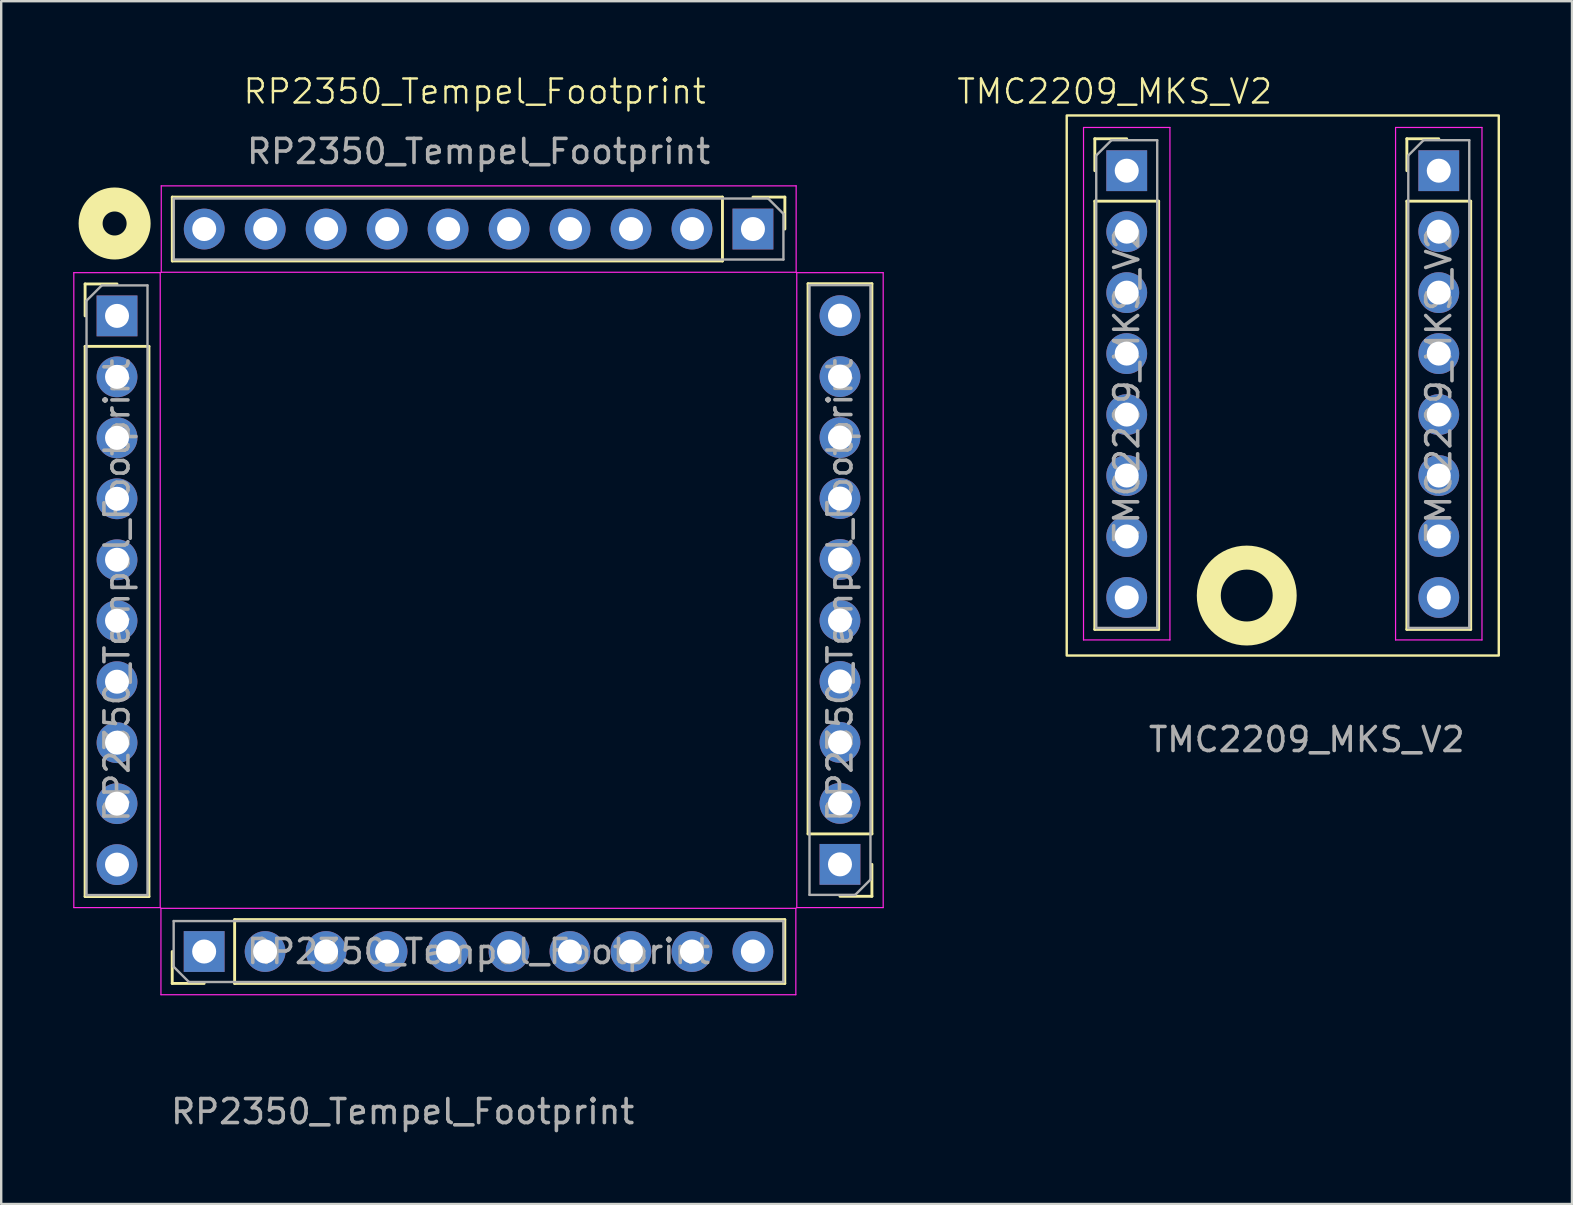
<source format=kicad_pcb>
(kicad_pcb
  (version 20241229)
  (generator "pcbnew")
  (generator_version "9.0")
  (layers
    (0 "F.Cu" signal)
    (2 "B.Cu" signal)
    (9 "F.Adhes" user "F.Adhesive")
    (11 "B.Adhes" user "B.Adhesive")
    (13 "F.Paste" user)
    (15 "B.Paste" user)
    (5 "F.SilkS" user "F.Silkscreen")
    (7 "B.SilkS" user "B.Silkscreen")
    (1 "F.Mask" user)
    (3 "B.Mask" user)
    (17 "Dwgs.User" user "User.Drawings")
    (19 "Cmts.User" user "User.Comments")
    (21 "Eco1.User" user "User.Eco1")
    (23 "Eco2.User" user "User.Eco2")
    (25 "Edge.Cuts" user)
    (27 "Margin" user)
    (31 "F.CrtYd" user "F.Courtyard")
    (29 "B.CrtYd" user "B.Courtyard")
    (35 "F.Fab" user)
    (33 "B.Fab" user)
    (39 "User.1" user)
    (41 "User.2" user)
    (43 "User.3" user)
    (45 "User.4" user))
  (footprint "TMC2209_MKS_V2"
    (layer "F.Cu")
    (at 51.39 25.261)
    (property "Reference" "TMC2209_MKS_V2" (at -8 -24.5 0) (unlocked yes) (layer "F.SilkS") (effects (font (size 1 1) (thickness 0.1))))
    (attr smd)
    (fp_line (start -8.83 -22.53) (end -7.5 -22.53) (stroke (width 0.12) (type solid)) (layer "F.SilkS"))
    (fp_line (start -8.83 -21.2) (end -8.83 -22.53) (stroke (width 0.12) (type solid)) (layer "F.SilkS"))
    (fp_line (start -8.83 -19.93) (end -8.83 -2.09) (stroke (width 0.12) (type solid)) (layer "F.SilkS"))
    (fp_line (start -8.83 -19.93) (end -6.17 -19.93) (stroke (width 0.12) (type solid)) (layer "F.SilkS"))
    (fp_line (start -8.83 -2.09) (end -6.17 -2.09) (stroke (width 0.12) (type solid)) (layer "F.SilkS"))
    (fp_line (start -6.17 -19.93) (end -6.17 -2.09) (stroke (width 0.12) (type solid)) (layer "F.SilkS"))
    (fp_line (start 4.17 -22.53) (end 5.5 -22.53) (stroke (width 0.12) (type solid)) (layer "F.SilkS"))
    (fp_line (start 4.17 -21.2) (end 4.17 -22.53) (stroke (width 0.12) (type solid)) (layer "F.SilkS"))
    (fp_line (start 4.17 -19.93) (end 4.17 -2.09) (stroke (width 0.12) (type solid)) (layer "F.SilkS"))
    (fp_line (start 4.17 -19.93) (end 6.83 -19.93) (stroke (width 0.12) (type solid)) (layer "F.SilkS"))
    (fp_line (start 4.17 -2.09) (end 6.83 -2.09) (stroke (width 0.12) (type solid)) (layer "F.SilkS"))
    (fp_line (start 6.83 -19.93) (end 6.83 -2.09) (stroke (width 0.12) (type solid)) (layer "F.SilkS"))
    (fp_rect (start -10 -23.5) (end 8 -1) (stroke (width 0.1) (type default)) (fill no) (layer "F.SilkS"))
    (fp_circle (center -2.5 -3.5) (end -0.919 -3.5) (stroke (width 1) (type default)) (fill no) (layer "F.SilkS"))
    (fp_line (start -9.3 -23) (end -9.3 -1.65) (stroke (width 0.05) (type solid)) (layer "F.CrtYd"))
    (fp_line (start -9.3 -1.65) (end -5.7 -1.65) (stroke (width 0.05) (type solid)) (layer "F.CrtYd"))
    (fp_line (start -5.7 -23) (end -9.3 -23) (stroke (width 0.05) (type solid)) (layer "F.CrtYd"))
    (fp_line (start -5.7 -1.65) (end -5.7 -23) (stroke (width 0.05) (type solid)) (layer "F.CrtYd"))
    (fp_line (start 3.7 -23) (end 3.7 -1.65) (stroke (width 0.05) (type solid)) (layer "F.CrtYd"))
    (fp_line (start 3.7 -1.65) (end 7.3 -1.65) (stroke (width 0.05) (type solid)) (layer "F.CrtYd"))
    (fp_line (start 7.3 -23) (end 3.7 -23) (stroke (width 0.05) (type solid)) (layer "F.CrtYd"))
    (fp_line (start 7.3 -1.65) (end 7.3 -23) (stroke (width 0.05) (type solid)) (layer "F.CrtYd"))
    (fp_line (start -8.77 -21.835) (end -8.135 -22.47) (stroke (width 0.1) (type solid)) (layer "F.Fab"))
    (fp_line (start -8.77 -2.15) (end -8.77 -21.835) (stroke (width 0.1) (type solid)) (layer "F.Fab"))
    (fp_line (start -8.135 -22.47) (end -6.23 -22.47) (stroke (width 0.1) (type solid)) (layer "F.Fab"))
    (fp_line (start -6.23 -22.47) (end -6.23 -2.15) (stroke (width 0.1) (type solid)) (layer "F.Fab"))
    (fp_line (start -6.23 -2.15) (end -8.77 -2.15) (stroke (width 0.1) (type solid)) (layer "F.Fab"))
    (fp_line (start 4.23 -21.835) (end 4.865 -22.47) (stroke (width 0.1) (type solid)) (layer "F.Fab"))
    (fp_line (start 4.23 -2.15) (end 4.23 -21.835) (stroke (width 0.1) (type solid)) (layer "F.Fab"))
    (fp_line (start 4.865 -22.47) (end 6.77 -22.47) (stroke (width 0.1) (type solid)) (layer "F.Fab"))
    (fp_line (start 6.77 -22.47) (end 6.77 -2.15) (stroke (width 0.1) (type solid)) (layer "F.Fab"))
    (fp_line (start 6.77 -2.15) (end 4.23 -2.15) (stroke (width 0.1) (type solid)) (layer "F.Fab"))
    (fp_text user "${REFERENCE}" (at -7.5 -12.31 90) (layer "F.Fab") (effects (font (size 1 1) (thickness 0.15))))
    (fp_text user "${REFERENCE}" (at 0 2.5 0) (unlocked yes) (layer "F.Fab") (effects (font (size 1 1) (thickness 0.15))))
    (fp_text user "${REFERENCE}" (at 5.5 -12.31 90) (layer "F.Fab") (effects (font (size 1 1) (thickness 0.15))))
    (pad "1" thru_hole rect (at -7.5 -21.2) (size 1.7 1.7) (drill 1) (layers "*.Cu" "*.Mask"))
    (pad "2" thru_hole oval (at -7.5 -18.66) (size 1.7 1.7) (drill 1) (layers "*.Cu" "*.Mask"))
    (pad "3" thru_hole oval (at -7.5 -16.12) (size 1.7 1.7) (drill 1) (layers "*.Cu" "*.Mask"))
    (pad "4" thru_hole oval (at -7.5 -13.58) (size 1.7 1.7) (drill 1) (layers "*.Cu" "*.Mask"))
    (pad "5" thru_hole oval (at -7.5 -11.04) (size 1.7 1.7) (drill 1) (layers "*.Cu" "*.Mask"))
    (pad "6" thru_hole oval (at -7.5 -8.5) (size 1.7 1.7) (drill 1) (layers "*.Cu" "*.Mask"))
    (pad "7" thru_hole oval (at -7.5 -5.96) (size 1.7 1.7) (drill 1) (layers "*.Cu" "*.Mask"))
    (pad "8" thru_hole oval (at -7.5 -3.42) (size 1.7 1.7) (drill 1) (layers "*.Cu" "*.Mask"))
    (pad "9" thru_hole oval (at 5.5 -3.42) (size 1.7 1.7) (drill 1) (layers "*.Cu" "*.Mask"))
    (pad "10" thru_hole oval (at 5.5 -5.96) (size 1.7 1.7) (drill 1) (layers "*.Cu" "*.Mask"))
    (pad "11" thru_hole oval (at 5.5 -8.5) (size 1.7 1.7) (drill 1) (layers "*.Cu" "*.Mask"))
    (pad "12" thru_hole oval (at 5.5 -11.04) (size 1.7 1.7) (drill 1) (layers "*.Cu" "*.Mask"))
    (pad "13" thru_hole oval (at 5.5 -13.58) (size 1.7 1.7) (drill 1) (layers "*.Cu" "*.Mask"))
    (pad "14" thru_hole oval (at 5.5 -16.12) (size 1.7 1.7) (drill 1) (layers "*.Cu" "*.Mask"))
    (pad "15" thru_hole oval (at 5.5 -18.66) (size 1.7 1.7) (drill 1) (layers "*.Cu" "*.Mask"))
    (pad "16" thru_hole rect (at 5.5 -21.2) (size 1.7 1.7) (drill 1) (layers "*.Cu" "*.Mask")))
  (footprint "RP2350_Tempel_Footprint"
    (layer "F.Cu")
    (at 13.725 40.761)
    (property "Reference" "RP2350_Tempel_Footprint" (at 3 -40 0) (unlocked yes) (layer "F.SilkS") (effects (font (size 1 1) (thickness 0.1))))
    (attr smd)
    (fp_line (start -13.23 -31.981) (end -11.9 -31.981) (stroke (width 0.12) (type solid)) (layer "F.SilkS"))
    (fp_line (start -13.23 -30.651) (end -13.23 -31.981) (stroke (width 0.12) (type solid)) (layer "F.SilkS"))
    (fp_line (start -13.23 -29.381) (end -13.23 -6.461) (stroke (width 0.12) (type solid)) (layer "F.SilkS"))
    (fp_line (start -13.23 -29.381) (end -10.57 -29.381) (stroke (width 0.12) (type solid)) (layer "F.SilkS"))
    (fp_line (start -13.23 -6.461) (end -10.57 -6.461) (stroke (width 0.12) (type solid)) (layer "F.SilkS"))
    (fp_line (start -10.57 -29.381) (end -10.57 -6.461) (stroke (width 0.12) (type solid)) (layer "F.SilkS"))
    (fp_line (start -9.6 -2.84) (end -9.6 -4.17) (stroke (width 0.12) (type solid)) (layer "F.SilkS"))
    (fp_line (start -9.597 -35.599) (end -9.597 -32.939) (stroke (width 0.12) (type solid)) (layer "F.SilkS"))
    (fp_line (start -8.27 -2.84) (end -9.6 -2.84) (stroke (width 0.12) (type solid)) (layer "F.SilkS"))
    (fp_line (start -7 -5.5) (end 15.92 -5.5) (stroke (width 0.12) (type solid)) (layer "F.SilkS"))
    (fp_line (start -7 -2.84) (end -7 -5.5) (stroke (width 0.12) (type solid)) (layer "F.SilkS"))
    (fp_line (start -7 -2.84) (end 15.92 -2.84) (stroke (width 0.12) (type solid)) (layer "F.SilkS"))
    (fp_line (start 13.323 -35.599) (end -9.597 -35.599) (stroke (width 0.12) (type solid)) (layer "F.SilkS"))
    (fp_line (start 13.323 -35.599) (end 13.323 -32.939) (stroke (width 0.12) (type solid)) (layer "F.SilkS"))
    (fp_line (start 13.323 -32.939) (end -9.597 -32.939) (stroke (width 0.12) (type solid)) (layer "F.SilkS"))
    (fp_line (start 14.593 -35.599) (end 15.923 -35.599) (stroke (width 0.12) (type solid)) (layer "F.SilkS"))
    (fp_line (start 15.92 -2.84) (end 15.92 -5.5) (stroke (width 0.12) (type solid)) (layer "F.SilkS"))
    (fp_line (start 15.923 -35.599) (end 15.923 -34.269) (stroke (width 0.12) (type solid)) (layer "F.SilkS"))
    (fp_line (start 16.889 -9.071) (end 16.889 -31.991) (stroke (width 0.12) (type solid)) (layer "F.SilkS"))
    (fp_line (start 19.549 -31.991) (end 16.889 -31.991) (stroke (width 0.12) (type solid)) (layer "F.SilkS"))
    (fp_line (start 19.549 -9.071) (end 16.889 -9.071) (stroke (width 0.12) (type solid)) (layer "F.SilkS"))
    (fp_line (start 19.549 -9.071) (end 19.549 -31.991) (stroke (width 0.12) (type solid)) (layer "F.SilkS"))
    (fp_line (start 19.549 -7.801) (end 19.549 -6.471) (stroke (width 0.12) (type solid)) (layer "F.SilkS"))
    (fp_line (start 19.549 -6.471) (end 18.219 -6.471) (stroke (width 0.12) (type solid)) (layer "F.SilkS"))
    (fp_circle (center -12 -34.5) (end -11 -34.5) (stroke (width 1) (type default)) (fill no) (layer "F.SilkS"))
    (fp_line (start -13.7 -32.451) (end -13.7 -6.001) (stroke (width 0.05) (type solid)) (layer "F.CrtYd"))
    (fp_line (start -13.7 -6.001) (end -10.1 -6.001) (stroke (width 0.05) (type solid)) (layer "F.CrtYd"))
    (fp_line (start -10.1 -32.451) (end -13.7 -32.451) (stroke (width 0.05) (type solid)) (layer "F.CrtYd"))
    (fp_line (start -10.1 -6.001) (end -10.1 -32.451) (stroke (width 0.05) (type solid)) (layer "F.CrtYd"))
    (fp_line (start -10.07 -5.97) (end -10.07 -2.37) (stroke (width 0.05) (type solid)) (layer "F.CrtYd"))
    (fp_line (start -10.07 -2.37) (end 16.38 -2.37) (stroke (width 0.05) (type solid)) (layer "F.CrtYd"))
    (fp_line (start -10.057 -36.069) (end -10.057 -32.469) (stroke (width 0.05) (type solid)) (layer "F.CrtYd"))
    (fp_line (start -10.057 -32.469) (end 16.393 -32.469) (stroke (width 0.05) (type solid)) (layer "F.CrtYd"))
    (fp_line (start 16.38 -5.97) (end -10.07 -5.97) (stroke (width 0.05) (type solid)) (layer "F.CrtYd"))
    (fp_line (start 16.38 -2.37) (end 16.38 -5.97) (stroke (width 0.05) (type solid)) (layer "F.CrtYd"))
    (fp_line (start 16.393 -36.069) (end -10.057 -36.069) (stroke (width 0.05) (type solid)) (layer "F.CrtYd"))
    (fp_line (start 16.393 -32.469) (end 16.393 -36.069) (stroke (width 0.05) (type solid)) (layer "F.CrtYd"))
    (fp_line (start 16.419 -32.451) (end 16.419 -6.001) (stroke (width 0.05) (type solid)) (layer "F.CrtYd"))
    (fp_line (start 16.419 -6.001) (end 20.019 -6.001) (stroke (width 0.05) (type solid)) (layer "F.CrtYd"))
    (fp_line (start 20.019 -32.451) (end 16.419 -32.451) (stroke (width 0.05) (type solid)) (layer "F.CrtYd"))
    (fp_line (start 20.019 -6.001) (end 20.019 -32.451) (stroke (width 0.05) (type solid)) (layer "F.CrtYd"))
    (fp_line (start -13.17 -31.286) (end -12.535 -31.921) (stroke (width 0.1) (type solid)) (layer "F.Fab"))
    (fp_line (start -13.17 -6.521) (end -13.17 -31.286) (stroke (width 0.1) (type solid)) (layer "F.Fab"))
    (fp_line (start -12.535 -31.921) (end -10.63 -31.921) (stroke (width 0.1) (type solid)) (layer "F.Fab"))
    (fp_line (start -10.63 -31.921) (end -10.63 -6.521) (stroke (width 0.1) (type solid)) (layer "F.Fab"))
    (fp_line (start -10.63 -6.521) (end -13.17 -6.521) (stroke (width 0.1) (type solid)) (layer "F.Fab"))
    (fp_line (start -9.54 -5.44) (end 15.86 -5.44) (stroke (width 0.1) (type solid)) (layer "F.Fab"))
    (fp_line (start -9.54 -3.535) (end -9.54 -5.44) (stroke (width 0.1) (type solid)) (layer "F.Fab"))
    (fp_line (start -9.537 -35.539) (end 15.228 -35.539) (stroke (width 0.1) (type solid)) (layer "F.Fab"))
    (fp_line (start -9.537 -32.999) (end -9.537 -35.539) (stroke (width 0.1) (type solid)) (layer "F.Fab"))
    (fp_line (start -8.905 -2.9) (end -9.54 -3.535) (stroke (width 0.1) (type solid)) (layer "F.Fab"))
    (fp_line (start 15.228 -35.539) (end 15.863 -34.904) (stroke (width 0.1) (type solid)) (layer "F.Fab"))
    (fp_line (start 15.86 -5.44) (end 15.86 -2.9) (stroke (width 0.1) (type solid)) (layer "F.Fab"))
    (fp_line (start 15.86 -2.9) (end -8.905 -2.9) (stroke (width 0.1) (type solid)) (layer "F.Fab"))
    (fp_line (start 15.863 -34.904) (end 15.863 -32.999) (stroke (width 0.1) (type solid)) (layer "F.Fab"))
    (fp_line (start 15.863 -32.999) (end -9.537 -32.999) (stroke (width 0.1) (type solid)) (layer "F.Fab"))
    (fp_line (start 16.949 -31.931) (end 19.489 -31.931) (stroke (width 0.1) (type solid)) (layer "F.Fab"))
    (fp_line (start 16.949 -6.531) (end 16.949 -31.931) (stroke (width 0.1) (type solid)) (layer "F.Fab"))
    (fp_line (start 18.854 -6.531) (end 16.949 -6.531) (stroke (width 0.1) (type solid)) (layer "F.Fab"))
    (fp_line (start 19.489 -31.931) (end 19.489 -7.166) (stroke (width 0.1) (type solid)) (layer "F.Fab"))
    (fp_line (start 19.489 -7.166) (end 18.854 -6.531) (stroke (width 0.1) (type solid)) (layer "F.Fab"))
    (fp_text user "${REFERENCE}" (at 3.16 -4.17 180) (layer "F.Fab") (effects (font (size 1 1) (thickness 0.15))))
    (fp_text user "${REFERENCE}" (at 3.163 -37.5 0) (layer "F.Fab") (effects (font (size 1 1) (thickness 0.15))))
    (fp_text user "${REFERENCE}" (at 18.219 -19.231 270) (layer "F.Fab") (effects (font (size 1 1) (thickness 0.15))))
    (fp_text user "${REFERENCE}" (at -11.9 -19.221 90) (layer "F.Fab") (effects (font (size 1 1) (thickness 0.15))))
    (fp_text user "${REFERENCE}" (at 0 2.5 0) (unlocked yes) (layer "F.Fab") (effects (font (size 1 1) (thickness 0.15))))
    (pad "1" thru_hole rect (at -11.9 -30.651) (size 1.7 1.7) (drill 1) (layers "*.Cu" "*.Mask"))
    (pad "2" thru_hole oval (at -11.9 -28.111) (size 1.7 1.7) (drill 1) (layers "*.Cu" "*.Mask"))
    (pad "3" thru_hole oval (at -11.9 -25.571) (size 1.7 1.7) (drill 1) (layers "*.Cu" "*.Mask"))
    (pad "4" thru_hole oval (at -11.9 -23.031) (size 1.7 1.7) (drill 1) (layers "*.Cu" "*.Mask"))
    (pad "5" thru_hole oval (at -11.9 -20.491) (size 1.7 1.7) (drill 1) (layers "*.Cu" "*.Mask"))
    (pad "6" thru_hole oval (at -11.9 -17.951) (size 1.7 1.7) (drill 1) (layers "*.Cu" "*.Mask"))
    (pad "7" thru_hole oval (at -11.9 -15.411) (size 1.7 1.7) (drill 1) (layers "*.Cu" "*.Mask"))
    (pad "8" thru_hole oval (at -11.9 -12.871) (size 1.7 1.7) (drill 1) (layers "*.Cu" "*.Mask"))
    (pad "9" thru_hole oval (at -11.9 -10.331) (size 1.7 1.7) (drill 1) (layers "*.Cu" "*.Mask"))
    (pad "10" thru_hole oval (at -11.9 -7.791) (size 1.7 1.7) (drill 1) (layers "*.Cu" "*.Mask"))
    (pad "11" thru_hole rect (at -8.27 -4.17 90) (size 1.7 1.7) (drill 1) (layers "*.Cu" "*.Mask"))
    (pad "12" thru_hole oval (at -5.73 -4.17 90) (size 1.7 1.7) (drill 1) (layers "*.Cu" "*.Mask"))
    (pad "13" thru_hole oval (at -3.19 -4.17 90) (size 1.7 1.7) (drill 1) (layers "*.Cu" "*.Mask"))
    (pad "14" thru_hole oval (at -0.65 -4.17 90) (size 1.7 1.7) (drill 1) (layers "*.Cu" "*.Mask"))
    (pad "15" thru_hole oval (at 1.89 -4.17 90) (size 1.7 1.7) (drill 1) (layers "*.Cu" "*.Mask"))
    (pad "16" thru_hole oval (at 4.43 -4.17 90) (size 1.7 1.7) (drill 1) (layers "*.Cu" "*.Mask"))
    (pad "17" thru_hole oval (at 6.97 -4.17 90) (size 1.7 1.7) (drill 1) (layers "*.Cu" "*.Mask"))
    (pad "18" thru_hole oval (at 9.51 -4.17 90) (size 1.7 1.7) (drill 1) (layers "*.Cu" "*.Mask"))
    (pad "19" thru_hole oval (at 12.05 -4.17 90) (size 1.7 1.7) (drill 1) (layers "*.Cu" "*.Mask"))
    (pad "20" thru_hole oval (at 14.59 -4.17 90) (size 1.7 1.7) (drill 1) (layers "*.Cu" "*.Mask"))
    (pad "21" thru_hole rect (at 18.219 -7.801 180) (size 1.7 1.7) (drill 1) (layers "*.Cu" "*.Mask"))
    (pad "22" thru_hole oval (at 18.219 -10.341 180) (size 1.7 1.7) (drill 1) (layers "*.Cu" "*.Mask"))
    (pad "23" thru_hole oval (at 18.219 -12.881 180) (size 1.7 1.7) (drill 1) (layers "*.Cu" "*.Mask"))
    (pad "24" thru_hole oval (at 18.219 -15.421 180) (size 1.7 1.7) (drill 1) (layers "*.Cu" "*.Mask"))
    (pad "25" thru_hole oval (at 18.219 -17.961 180) (size 1.7 1.7) (drill 1) (layers "*.Cu" "*.Mask"))
    (pad "26" thru_hole oval (at 18.219 -20.501 180) (size 1.7 1.7) (drill 1) (layers "*.Cu" "*.Mask"))
    (pad "27" thru_hole oval (at 18.219 -23.041 180) (size 1.7 1.7) (drill 1) (layers "*.Cu" "*.Mask"))
    (pad "28" thru_hole oval (at 18.219 -25.581 180) (size 1.7 1.7) (drill 1) (layers "*.Cu" "*.Mask"))
    (pad "29" thru_hole oval (at 18.219 -28.121 180) (size 1.7 1.7) (drill 1) (layers "*.Cu" "*.Mask"))
    (pad "30" thru_hole oval (at 18.219 -30.661 180) (size 1.7 1.7) (drill 1) (layers "*.Cu" "*.Mask"))
    (pad "31" thru_hole rect (at 14.593 -34.269 270) (size 1.7 1.7) (drill 1) (layers "*.Cu" "*.Mask"))
    (pad "32" thru_hole oval (at 12.053 -34.269 270) (size 1.7 1.7) (drill 1) (layers "*.Cu" "*.Mask"))
    (pad "33" thru_hole oval (at 9.513 -34.269 270) (size 1.7 1.7) (drill 1) (layers "*.Cu" "*.Mask"))
    (pad "34" thru_hole oval (at 6.973 -34.269 270) (size 1.7 1.7) (drill 1) (layers "*.Cu" "*.Mask"))
    (pad "35" thru_hole oval (at 4.433 -34.269 270) (size 1.7 1.7) (drill 1) (layers "*.Cu" "*.Mask"))
    (pad "36" thru_hole oval (at 1.893 -34.269 270) (size 1.7 1.7) (drill 1) (layers "*.Cu" "*.Mask"))
    (pad "37" thru_hole oval (at -0.647 -34.269 270) (size 1.7 1.7) (drill 1) (layers "*.Cu" "*.Mask"))
    (pad "38" thru_hole oval (at -3.187 -34.269 270) (size 1.7 1.7) (drill 1) (layers "*.Cu" "*.Mask"))
    (pad "39" thru_hole oval (at -5.727 -34.269 270) (size 1.7 1.7) (drill 1) (layers "*.Cu" "*.Mask"))
    (pad "40" thru_hole oval (at -8.267 -34.269 270) (size 1.7 1.7) (drill 1) (layers "*.Cu" "*.Mask")))
  (gr_rect
    (start -3 -3)
    (end 62.44 47.109)
    (stroke (width 0.1) (type default))
    (fill no)
    (layer "Edge.Cuts")))
</source>
